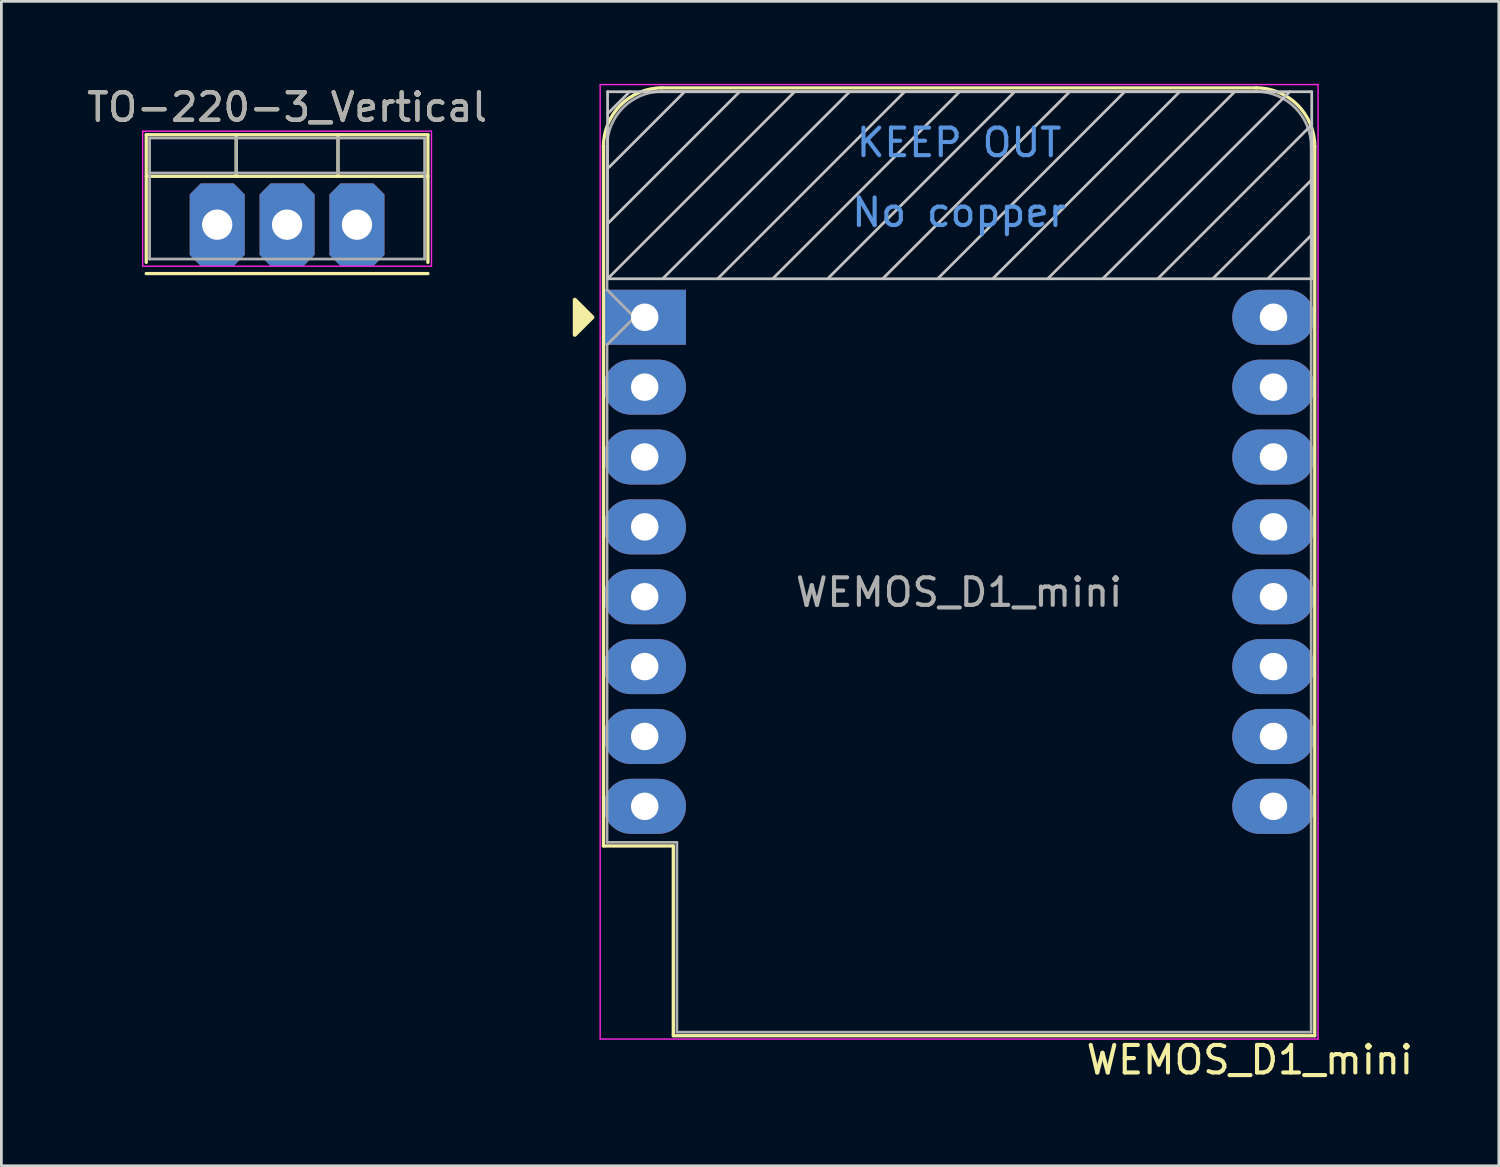
<source format=kicad_pcb>
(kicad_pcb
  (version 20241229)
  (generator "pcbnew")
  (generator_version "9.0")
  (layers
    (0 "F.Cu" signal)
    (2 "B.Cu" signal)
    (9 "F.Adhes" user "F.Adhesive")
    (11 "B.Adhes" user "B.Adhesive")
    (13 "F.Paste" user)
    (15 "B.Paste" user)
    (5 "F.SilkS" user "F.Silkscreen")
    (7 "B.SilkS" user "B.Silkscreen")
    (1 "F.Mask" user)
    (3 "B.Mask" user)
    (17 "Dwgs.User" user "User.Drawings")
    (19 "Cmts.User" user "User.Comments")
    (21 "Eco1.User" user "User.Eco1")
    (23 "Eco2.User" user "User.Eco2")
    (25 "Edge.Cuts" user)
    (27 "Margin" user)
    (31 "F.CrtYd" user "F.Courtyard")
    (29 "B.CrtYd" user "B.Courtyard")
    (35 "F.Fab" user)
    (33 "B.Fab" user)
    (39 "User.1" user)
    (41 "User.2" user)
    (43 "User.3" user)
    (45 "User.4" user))
  (footprint "TO-220-3_Vertical"
    (layer "F.Cu")
    (at 4.847 5.118)
    (property "Reference" "TO-220-3_Vertical" (at 2.54 -4.27 0) (layer "F.SilkS") (effects (font (size 1 1) (thickness 0.15))))
    (attr through_hole)
    (fp_line (start -2.58 -3.27) (end -2.58 1.371) (stroke (width 0.12) (type solid)) (layer "F.SilkS"))
    (fp_line (start -2.58 -3.27) (end 7.66 -3.27) (stroke (width 0.12) (type solid)) (layer "F.SilkS"))
    (fp_line (start -2.58 -1.76) (end 7.66 -1.76) (stroke (width 0.12) (type solid)) (layer "F.SilkS"))
    (fp_line (start -2.58 1.778) (end 7.66 1.778) (stroke (width 0.12) (type solid)) (layer "F.SilkS"))
    (fp_line (start 0.69 -3.27) (end 0.69 -1.76) (stroke (width 0.12) (type solid)) (layer "F.SilkS"))
    (fp_line (start 4.391 -3.27) (end 4.391 -1.76) (stroke (width 0.12) (type solid)) (layer "F.SilkS"))
    (fp_line (start 7.66 -3.27) (end 7.66 1.371) (stroke (width 0.12) (type solid)) (layer "F.SilkS"))
    (fp_line (start -2.71 -3.4) (end -2.71 1.51) (stroke (width 0.05) (type solid)) (layer "F.CrtYd"))
    (fp_line (start -2.71 1.51) (end 7.79 1.51) (stroke (width 0.05) (type solid)) (layer "F.CrtYd"))
    (fp_line (start 7.79 -3.4) (end -2.71 -3.4) (stroke (width 0.05) (type solid)) (layer "F.CrtYd"))
    (fp_line (start 7.79 1.51) (end 7.79 -3.4) (stroke (width 0.05) (type solid)) (layer "F.CrtYd"))
    (fp_line (start -2.46 -3.15) (end -2.46 1.25) (stroke (width 0.1) (type solid)) (layer "F.Fab"))
    (fp_line (start -2.46 -1.88) (end 7.54 -1.88) (stroke (width 0.1) (type solid)) (layer "F.Fab"))
    (fp_line (start -2.46 1.25) (end 7.54 1.25) (stroke (width 0.1) (type solid)) (layer "F.Fab"))
    (fp_line (start 0.69 -3.15) (end 0.69 -1.88) (stroke (width 0.1) (type solid)) (layer "F.Fab"))
    (fp_line (start 4.39 -3.15) (end 4.39 -1.88) (stroke (width 0.1) (type solid)) (layer "F.Fab"))
    (fp_line (start 7.54 -3.15) (end -2.46 -3.15) (stroke (width 0.1) (type solid)) (layer "F.Fab"))
    (fp_line (start 7.54 1.25) (end 7.54 -3.15) (stroke (width 0.1) (type solid)) (layer "F.Fab"))
    (fp_text user "${REFERENCE}" (at 2.54 -4.27 0) (layer "F.Fab") (effects (font (size 1 1) (thickness 0.15))))
    (pad "1" thru_hole roundrect (at 0 0) (size 2 3) (drill 1.1) (layers "*.Cu" "*.Mask") (roundrect_rratio 0) (chamfer_ratio 0.2) (chamfer top_left top_right bottom_left bottom_right))
    (pad "2" thru_hole roundrect (at 2.54 0) (size 2 3) (drill 1.1) (layers "*.Cu" "*.Mask") (roundrect_rratio 0) (chamfer_ratio 0.2) (chamfer top_left top_right bottom_left bottom_right))
    (pad "3" thru_hole roundrect (at 5.08 0) (size 2 3) (drill 1.1) (layers "*.Cu" "*.Mask") (roundrect_rratio 0) (chamfer_ratio 0.2) (chamfer top_left top_right bottom_left bottom_right)))
  (footprint "WEMOS_D1_mini"
    (layer "F.Cu")
    (at 20.389 8.485)
    (property "Reference" "WEMOS_D1_mini" (at 22 27 0) (layer "F.SilkS") (effects (font (size 1 1) (thickness 0.15))))
    (attr through_hole)
    (fp_line (start -1.5 19.22) (end -1.5 -6.21) (stroke (width 0.12) (type solid)) (layer "F.SilkS"))
    (fp_line (start -1.5 19.22) (end 1.04 19.22) (stroke (width 0.12) (type solid)) (layer "F.SilkS"))
    (fp_line (start 1.04 19.22) (end 1.04 26.12) (stroke (width 0.12) (type solid)) (layer "F.SilkS"))
    (fp_line (start 1.04 26.12) (end 24.36 26.12) (stroke (width 0.12) (type solid)) (layer "F.SilkS"))
    (fp_line (start 22.24 -8.34) (end 0.63 -8.34) (stroke (width 0.12) (type solid)) (layer "F.SilkS"))
    (fp_line (start 24.36 26.12) (end 24.36 -6.21) (stroke (width 0.12) (type solid)) (layer "F.SilkS"))
    (fp_arc (start -1.5 -6.21) (mid -0.876137 -7.716137) (end 0.63 -8.34) (stroke (width 0.12) (type solid)) (layer "F.SilkS"))
    (fp_arc (start 22.23 -8.34) (mid 23.736137 -7.716137) (end 24.36 -6.21) (stroke (width 0.12) (type solid)) (layer "F.SilkS"))
    (fp_poly (pts (xy -2.54 -0.635) (xy -2.54 0.635) (xy -1.905 0)) (stroke (width 0.15) (type solid)) (fill yes) (layer "F.SilkS"))
    (fp_line (start -1.35 -8.2) (end -1.35 -1.4) (stroke (width 0.1) (type solid)) (layer "Dwgs.User"))
    (fp_line (start -1.35 -7.4) (end -0.55 -8.2) (stroke (width 0.1) (type solid)) (layer "Dwgs.User"))
    (fp_line (start -1.35 -3.4) (end 3.45 -8.2) (stroke (width 0.1) (type solid)) (layer "Dwgs.User"))
    (fp_line (start -1.35 -1.4) (end 5.45 -8.2) (stroke (width 0.1) (type solid)) (layer "Dwgs.User"))
    (fp_line (start -1.35 -1.4) (end 24.25 -1.4) (stroke (width 0.1) (type solid)) (layer "Dwgs.User"))
    (fp_line (start -1.3 -5.45) (end 1.45 -8.2) (stroke (width 0.1) (type solid)) (layer "Dwgs.User"))
    (fp_line (start 0.65 -1.4) (end 7.45 -8.2) (stroke (width 0.1) (type solid)) (layer "Dwgs.User"))
    (fp_line (start 2.65 -1.4) (end 9.45 -8.2) (stroke (width 0.1) (type solid)) (layer "Dwgs.User"))
    (fp_line (start 4.65 -1.4) (end 11.45 -8.2) (stroke (width 0.1) (type solid)) (layer "Dwgs.User"))
    (fp_line (start 6.65 -1.4) (end 13.45 -8.2) (stroke (width 0.1) (type solid)) (layer "Dwgs.User"))
    (fp_line (start 8.65 -1.4) (end 15.45 -8.2) (stroke (width 0.1) (type solid)) (layer "Dwgs.User"))
    (fp_line (start 10.65 -1.4) (end 17.45 -8.2) (stroke (width 0.1) (type solid)) (layer "Dwgs.User"))
    (fp_line (start 12.65 -1.4) (end 19.45 -8.2) (stroke (width 0.1) (type solid)) (layer "Dwgs.User"))
    (fp_line (start 14.65 -1.4) (end 21.45 -8.2) (stroke (width 0.1) (type solid)) (layer "Dwgs.User"))
    (fp_line (start 16.65 -1.4) (end 23.45 -8.2) (stroke (width 0.1) (type solid)) (layer "Dwgs.User"))
    (fp_line (start 18.65 -1.4) (end 24.25 -7) (stroke (width 0.1) (type solid)) (layer "Dwgs.User"))
    (fp_line (start 20.65 -1.4) (end 24.25 -5) (stroke (width 0.1) (type solid)) (layer "Dwgs.User"))
    (fp_line (start 22.65 -1.4) (end 24.25 -3) (stroke (width 0.1) (type solid)) (layer "Dwgs.User"))
    (fp_line (start 24.25 -8.2) (end -1.35 -8.2) (stroke (width 0.1) (type solid)) (layer "Dwgs.User"))
    (fp_line (start 24.25 -1.4) (end 24.25 -8.2) (stroke (width 0.1) (type solid)) (layer "Dwgs.User"))
    (fp_line (start -1.62 -8.46) (end 24.48 -8.46) (stroke (width 0.05) (type solid)) (layer "F.CrtYd"))
    (fp_line (start -1.62 26.24) (end -1.62 -8.46) (stroke (width 0.05) (type solid)) (layer "F.CrtYd"))
    (fp_line (start 24.48 -8.46) (end 24.48 26.24) (stroke (width 0.05) (type solid)) (layer "F.CrtYd"))
    (fp_line (start 24.48 26.24) (end -1.62 26.24) (stroke (width 0.05) (type solid)) (layer "F.CrtYd"))
    (fp_line (start -1.37 -6.21) (end -1.37 -1) (stroke (width 0.1) (type solid)) (layer "F.Fab"))
    (fp_line (start -1.37 1) (end -1.37 19.09) (stroke (width 0.1) (type solid)) (layer "F.Fab"))
    (fp_line (start -1.37 1) (end -0.37 0) (stroke (width 0.1) (type solid)) (layer "F.Fab"))
    (fp_line (start -1.37 19.09) (end 1.17 19.09) (stroke (width 0.1) (type solid)) (layer "F.Fab"))
    (fp_line (start -0.37 0) (end -1.37 -1) (stroke (width 0.1) (type solid)) (layer "F.Fab"))
    (fp_line (start 1.17 19.09) (end 1.17 25.99) (stroke (width 0.1) (type solid)) (layer "F.Fab"))
    (fp_line (start 1.17 25.99) (end 24.23 25.99) (stroke (width 0.1) (type solid)) (layer "F.Fab"))
    (fp_line (start 22.23 -8.21) (end 0.63 -8.21) (stroke (width 0.1) (type solid)) (layer "F.Fab"))
    (fp_line (start 24.23 25.99) (end 24.23 -6.21) (stroke (width 0.1) (type solid)) (layer "F.Fab"))
    (fp_arc (start -1.37 -6.21) (mid -0.784214 -7.624214) (end 0.63 -8.21) (stroke (width 0.1) (type solid)) (layer "F.Fab"))
    (fp_arc (start 22.25 -8.21) (mid 23.658356 -7.610071) (end 24.23 -6.19) (stroke (width 0.1) (type solid)) (layer "F.Fab"))
    (fp_text user "KEEP OUT" (at 11.43 -6.35 0) (layer "Cmts.User") (effects (font (size 1 1) (thickness 0.15))))
    (fp_text user "No copper" (at 11.43 -3.81 0) (layer "Cmts.User") (effects (font (size 1 1) (thickness 0.15))))
    (fp_text user "${REFERENCE}" (at 11.43 10 0) (layer "F.Fab") (effects (font (size 1 1) (thickness 0.15))))
    (pad "1" thru_hole rect (at 0 0) (size 3 2) (drill 1) (layers "*.Cu" "*.Mask"))
    (pad "2" thru_hole oval (at 0 2.54) (size 3 2) (drill 1) (layers "*.Cu" "*.Mask"))
    (pad "3" thru_hole oval (at 0 5.08) (size 3 2) (drill 1) (layers "*.Cu" "*.Mask"))
    (pad "4" thru_hole oval (at 0 7.62) (size 3 2) (drill 1) (layers "*.Cu" "*.Mask"))
    (pad "5" thru_hole oval (at 0 10.16) (size 3 2) (drill 1) (layers "*.Cu" "*.Mask"))
    (pad "6" thru_hole oval (at 0 12.7) (size 3 2) (drill 1) (layers "*.Cu" "*.Mask"))
    (pad "7" thru_hole oval (at 0 15.24) (size 3 2) (drill 1) (layers "*.Cu" "*.Mask"))
    (pad "8" thru_hole oval (at 0 17.78) (size 3 2) (drill 1) (layers "*.Cu" "*.Mask"))
    (pad "9" thru_hole oval (at 22.86 17.78) (size 3 2) (drill 1) (layers "*.Cu" "*.Mask"))
    (pad "10" thru_hole oval (at 22.86 15.24) (size 3 2) (drill 1) (layers "*.Cu" "*.Mask"))
    (pad "11" thru_hole oval (at 22.86 12.7) (size 3 2) (drill 1) (layers "*.Cu" "*.Mask"))
    (pad "12" thru_hole oval (at 22.86 10.16) (size 3 2) (drill 1) (layers "*.Cu" "*.Mask"))
    (pad "13" thru_hole oval (at 22.86 7.62) (size 3 2) (drill 1) (layers "*.Cu" "*.Mask"))
    (pad "14" thru_hole oval (at 22.86 5.08) (size 3 2) (drill 1) (layers "*.Cu" "*.Mask"))
    (pad "15" thru_hole oval (at 22.86 2.54) (size 3 2) (drill 1) (layers "*.Cu" "*.Mask"))
    (pad "16" thru_hole oval (at 22.86 0) (size 3 2) (drill 1) (layers "*.Cu" "*.Mask"))
    (zone (net_name "") (layers "F.Cu" "B.Cu") (hatch edge 0.5) (connect_pads) (min_thickness 0.25) (filled_areas_thickness no) (keepout (tracks not_allowed) (vias not_allowed) (pads not_allowed) (copperpour not_allowed) (footprints not_allowed)) (placement (enabled no)) (fill) (polygon (pts (xy 18.992 0.23) (xy 18.992 7.088) (xy 44.646 7.088) (xy 44.646 0.23)))))
  (gr_rect
    (start -3 -3)
    (end 51.442 39.333)
    (stroke (width 0.1) (type default))
    (fill no)
    (layer "Edge.Cuts")))
</source>
